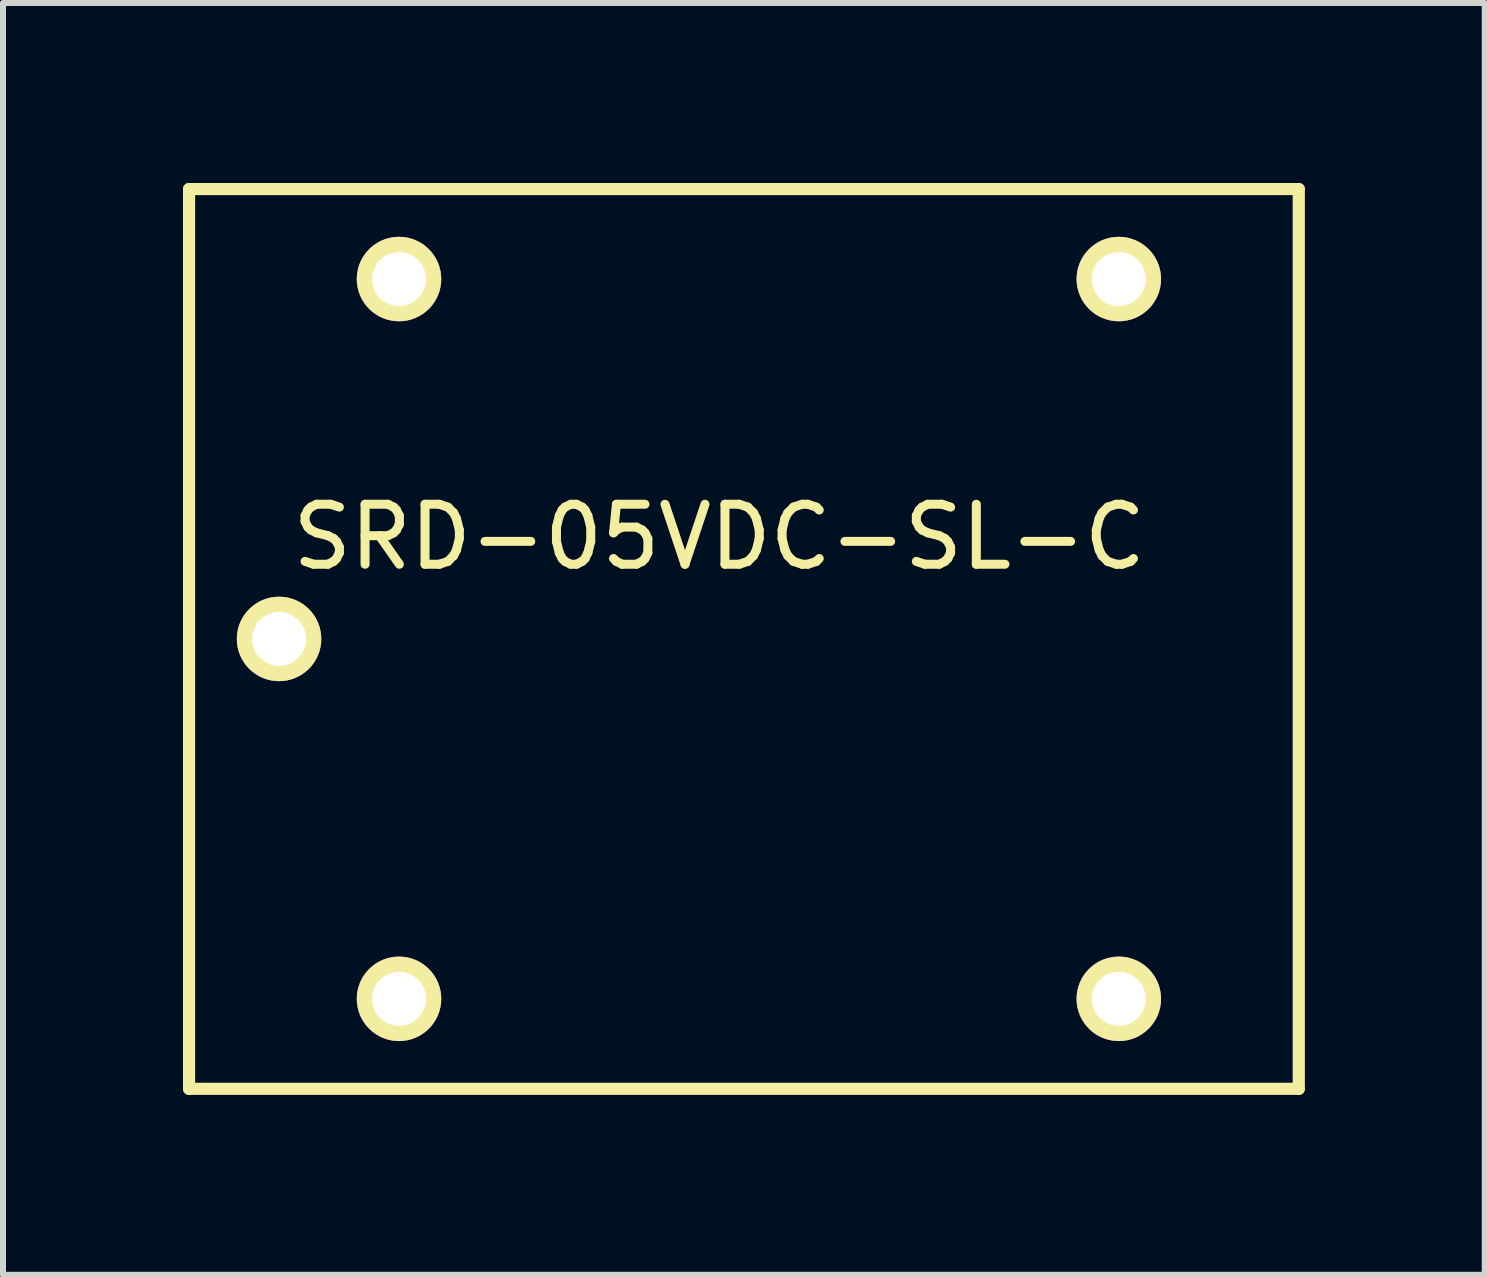
<source format=kicad_pcb>
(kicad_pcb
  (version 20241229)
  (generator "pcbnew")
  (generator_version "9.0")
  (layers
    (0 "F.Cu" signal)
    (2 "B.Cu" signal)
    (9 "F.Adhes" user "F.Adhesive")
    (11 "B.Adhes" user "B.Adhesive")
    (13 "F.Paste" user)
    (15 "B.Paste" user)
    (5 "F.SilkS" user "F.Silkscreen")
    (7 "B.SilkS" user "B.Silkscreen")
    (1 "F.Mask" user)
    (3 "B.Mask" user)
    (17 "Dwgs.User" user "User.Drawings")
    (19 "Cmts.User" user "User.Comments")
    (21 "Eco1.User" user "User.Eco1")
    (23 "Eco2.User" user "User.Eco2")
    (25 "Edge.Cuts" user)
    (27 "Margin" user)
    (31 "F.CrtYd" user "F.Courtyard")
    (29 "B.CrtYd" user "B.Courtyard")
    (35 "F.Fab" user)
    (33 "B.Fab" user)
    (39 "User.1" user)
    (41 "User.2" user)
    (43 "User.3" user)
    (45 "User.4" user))
  (footprint "SRD-05VDC-SL-C"
    (layer "F.Cu")
    (at 8.992 7.482)
    (property "Reference" "SRD-05VDC-SL-C" (at -0.051 -1.58 0) (layer "F.SilkS") (effects (font (size 1 1) (thickness 0.15))))
    (attr through_hole)
    (fp_line (start -8.89 -7.38) (end 9.61 -7.38) (stroke (width 0.203) (type solid)) (layer "F.SilkS"))
    (fp_line (start -8.89 7.62) (end -8.89 -7.38) (stroke (width 0.203) (type solid)) (layer "F.SilkS"))
    (fp_line (start 9.61 -7.38) (end 9.61 7.62) (stroke (width 0.203) (type solid)) (layer "F.SilkS"))
    (fp_line (start 9.61 7.62) (end -8.89 7.62) (stroke (width 0.203) (type solid)) (layer "F.SilkS"))
    (pad "1" thru_hole circle (at -5.39 6.12) (size 1.408 1.408) (drill 0.9) (layers "*.Cu" "*.Mask" "F.SilkS"))
    (pad "2" thru_hole circle (at -7.39 0.12) (size 1.408 1.408) (drill 0.9) (layers "*.Cu" "*.Mask" "F.SilkS"))
    (pad "3" thru_hole circle (at 6.61 6.12) (size 1.408 1.408) (drill 0.9) (layers "*.Cu" "*.Mask" "F.SilkS"))
    (pad "4" thru_hole circle (at 6.61 -5.88) (size 1.408 1.408) (drill 0.9) (layers "*.Cu" "*.Mask" "F.SilkS"))
    (pad "5" thru_hole circle (at -5.39 -5.88) (size 1.408 1.408) (drill 0.9) (layers "*.Cu" "*.Mask" "F.SilkS")))
  (gr_rect
    (start -3 -3)
    (end 21.703 18.203)
    (stroke (width 0.1) (type default))
    (fill no)
    (layer "Edge.Cuts")))
</source>
